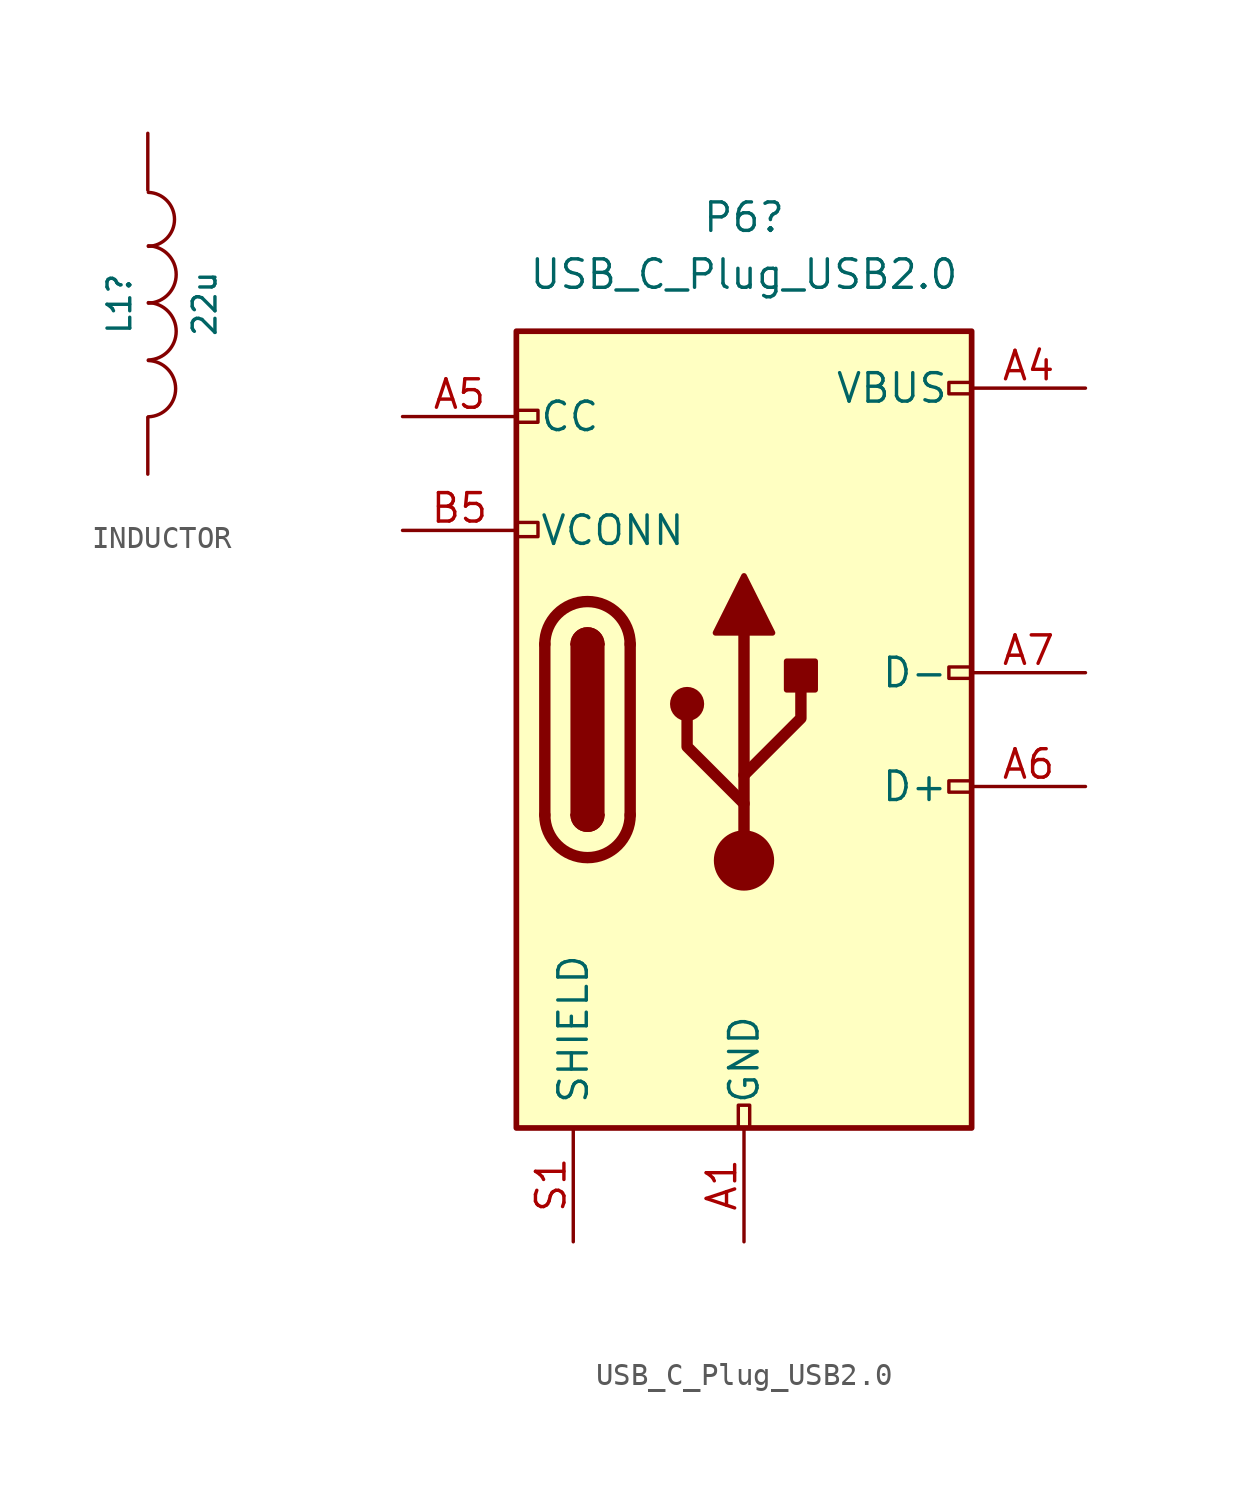
<source format=kicad_sym>
(kicad_symbol_lib
  (version 20220914)
  (generator kicad_symbol_editor)
  (symbol "INDUCTOR"
    (pin_numbers hide)
    (pin_names
      (offset 1.016) hide)
    (property "Reference" "L1"
      (at -1.27 0 90)
      (effects (font (size 1.016 1.016))))
    (property "Value" "22u"
      (at 2.54 0 90)
      (effects (font (size 1.016 1.016))))
    (symbol "INDUCTOR_0_1"
      (arc (start 0.0254 -5.0546) (mid 1.2449 -3.8097) (end 0.0254 -2.54) (stroke (width 0) (type solid)) (fill (type none)))
      (arc (start 0.0254 -2.5146) (mid 1.2703 -1.2444) (end 0.0254 0.0508) (stroke (width 0) (type solid)) (fill (type none)))
      (arc (start 0.0254 0.0254) (mid 1.2703 1.2956) (end 0.0254 2.5908) (stroke (width 0) (type solid)) (fill (type none)))
      (arc (start 0.0254 2.5654) (mid 1.1941 3.7595) (end 0.0254 4.9784) (stroke (width 0) (type solid)) (fill (type none))))
    (symbol "INDUCTOR_1_1"
      (pin passive line (at 0 7.62 270) (length 2.54) (name "1" (effects (font (size 1.778 1.778)))) (number "1" (effects (font (size 1.778 1.778)))))
      (pin passive line (at 0 -7.62 90) (length 2.54) (name "2" (effects (font (size 1.778 1.778)))) (number "2" (effects (font (size 1.778 1.778)))))))
  (symbol "USB_C_Plug_USB2.0"
    (pin_names
      (offset 1.016))
    (property "Reference" "P6"
      (at 0 22.86 0)
      (effects (font (size 1.27 1.27))))
    (property "Value" "USB_C_Plug_USB2.0"
      (at 0 20.32 0)
      (effects (font (size 1.27 1.27))))
    (symbol "USB_C_Plug_USB2.0_0_0"
      (rectangle (start -10.16 9.246) (end -9.195 8.611) (stroke (width 0) (type default)) (fill (type none)))
      (rectangle (start -10.16 14.25) (end -9.195 13.716) (stroke (width 0) (type default)) (fill (type none)))
      (rectangle (start -0.254 -17.78) (end 0.254 -16.764) (stroke (width 0) (type default)) (fill (type none)))
      (rectangle (start 10.16 -2.286) (end 9.144 -2.794) (stroke (width 0) (type default)) (fill (type none)))
      (rectangle (start 10.16 2.794) (end 9.144 2.286) (stroke (width 0) (type default)) (fill (type none)))
      (rectangle (start 10.16 15.494) (end 9.144 14.986) (stroke (width 0) (type default)) (fill (type none))))
    (symbol "USB_C_Plug_USB2.0_0_1"
      (rectangle (start -10.16 17.78) (end 10.16 -17.78) (stroke (width 0.254) (type default)) (fill (type background)))
      (arc (start -8.89 -3.81) (mid -6.985 -5.7067) (end -5.08 -3.81) (stroke (width 0.508) (type default)) (fill (type none)))
      (arc (start -7.62 -3.81) (mid -6.985 -4.4423) (end -6.35 -3.81) (stroke (width 0.254) (type default)) (fill (type none)))
      (arc (start -7.62 -3.81) (mid -6.985 -4.4423) (end -6.35 -3.81) (stroke (width 0.254) (type default)) (fill (type outline)))
      (rectangle (start -7.62 -3.81) (end -6.35 3.81) (stroke (width 0.254) (type default)) (fill (type outline)))
      (arc (start -6.35 3.81) (mid -6.985 4.4423) (end -7.62 3.81) (stroke (width 0.254) (type default)) (fill (type none)))
      (arc (start -6.35 3.81) (mid -6.985 4.4423) (end -7.62 3.81) (stroke (width 0.254) (type default)) (fill (type outline)))
      (arc (start -5.08 3.81) (mid -6.985 5.7067) (end -8.89 3.81) (stroke (width 0.508) (type default)) (fill (type none)))
      (circle (center -2.54 1.143) (radius 0.635) (stroke (width 0.254) (type default)) (fill (type outline)))
      (circle (center 0 -5.842) (radius 1.27) (stroke (width 0) (type default)) (fill (type outline)))
      (polyline (pts (xy -8.89 -3.81) (xy -8.89 3.81)) (stroke (width 0.508) (type default)) (fill (type none)))
      (polyline (pts (xy -5.08 3.81) (xy -5.08 -3.81)) (stroke (width 0.508) (type default)) (fill (type none)))
      (polyline (pts (xy 0 -5.842) (xy 0 4.318)) (stroke (width 0.508) (type default)) (fill (type none)))
      (polyline (pts (xy 0 -3.302) (xy -2.54 -0.762) (xy -2.54 0.508)) (stroke (width 0.508) (type default)) (fill (type none)))
      (polyline (pts (xy 0 -2.032) (xy 2.54 0.508) (xy 2.54 1.778)) (stroke (width 0.508) (type default)) (fill (type none)))
      (polyline (pts (xy -1.27 4.318) (xy 0 6.858) (xy 1.27 4.318) (xy -1.27 4.318)) (stroke (width 0.254) (type default)) (fill (type outline)))
      (rectangle (start 1.905 1.778) (end 3.175 3.048) (stroke (width 0.254) (type default)) (fill (type outline))))
    (symbol "USB_C_Plug_USB2.0_1_1"
      (pin passive line (at 0 -22.86 90) (length 5.08) (name "GND" (effects (font (size 1.27 1.27)))) (number "A1" (effects (font (size 1.27 1.27)))))
      (pin passive line (at 0 -22.86 90) (length 5.08) hide (name "GND" (effects (font (size 1.27 1.27)))) (number "A12" (effects (font (size 1.27 1.27)))))
      (pin passive line (at 15.24 15.24 180) (length 5.08) (name "VBUS" (effects (font (size 1.27 1.27)))) (number "A4" (effects (font (size 1.27 1.27)))))
      (pin bidirectional line (at -15.24 13.97 0) (length 5.08) (name "CC" (effects (font (size 1.27 1.27)))) (number "A5" (effects (font (size 1.27 1.27)))))
      (pin bidirectional line (at 15.24 -2.54 180) (length 5.08) (name "D+" (effects (font (size 1.27 1.27)))) (number "A6" (effects (font (size 1.27 1.27)))))
      (pin bidirectional line (at 15.24 2.54 180) (length 5.08) (name "D-" (effects (font (size 1.27 1.27)))) (number "A7" (effects (font (size 1.27 1.27)))))
      (pin passive line (at 15.24 15.24 180) (length 5.08) hide (name "VBUS" (effects (font (size 1.27 1.27)))) (number "A9" (effects (font (size 1.27 1.27)))))
      (pin passive line (at 0 -22.86 90) (length 5.08) hide (name "GND" (effects (font (size 1.27 1.27)))) (number "B1" (effects (font (size 1.27 1.27)))))
      (pin passive line (at 0 -22.86 90) (length 5.08) hide (name "GND" (effects (font (size 1.27 1.27)))) (number "B12" (effects (font (size 1.27 1.27)))))
      (pin passive line (at 15.24 15.24 180) (length 5.08) hide (name "VBUS" (effects (font (size 1.27 1.27)))) (number "B4" (effects (font (size 1.27 1.27)))))
      (pin bidirectional line (at -15.24 8.89 0) (length 5.08) (name "VCONN" (effects (font (size 1.27 1.27)))) (number "B5" (effects (font (size 1.27 1.27)))))
      (pin passive line (at 15.24 15.24 180) (length 5.08) hide (name "VBUS" (effects (font (size 1.27 1.27)))) (number "B9" (effects (font (size 1.27 1.27)))))
      (pin passive line (at -7.62 -22.86 90) (length 5.08) (name "SHIELD" (effects (font (size 1.27 1.27)))) (number "S1" (effects (font (size 1.27 1.27))))))))
</source>
